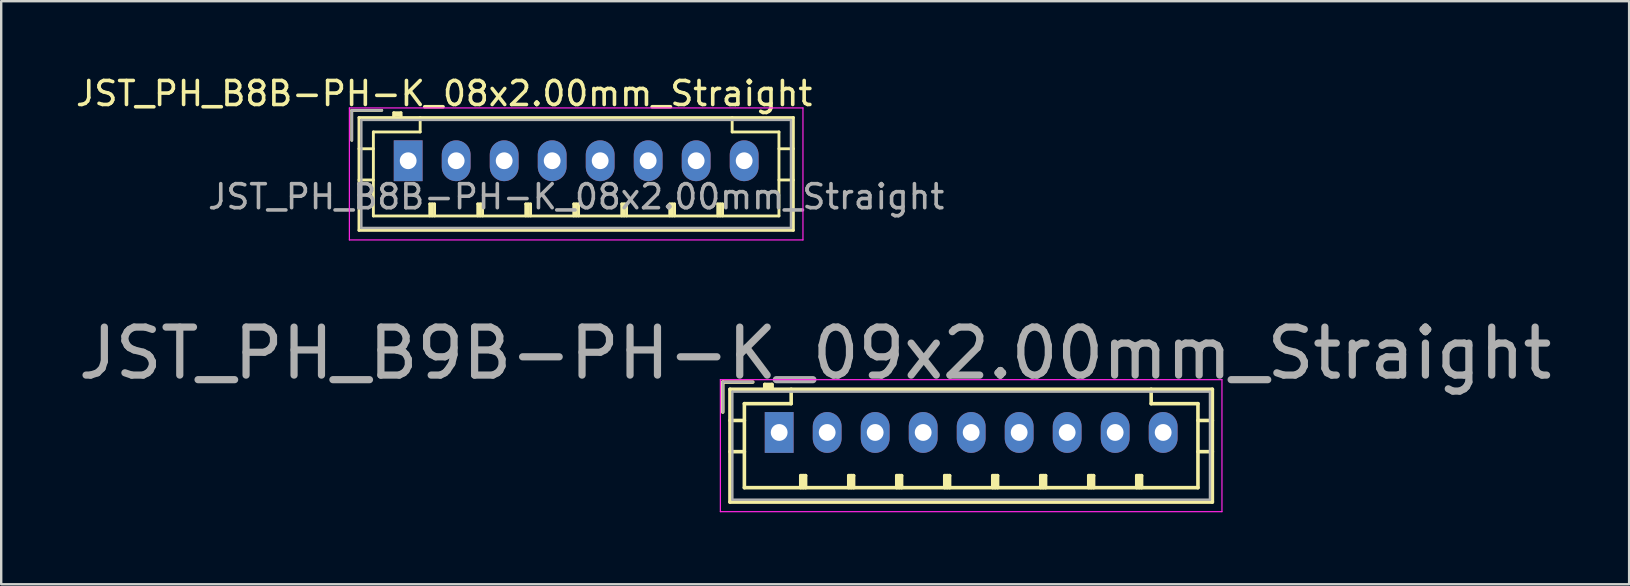
<source format=kicad_pcb>
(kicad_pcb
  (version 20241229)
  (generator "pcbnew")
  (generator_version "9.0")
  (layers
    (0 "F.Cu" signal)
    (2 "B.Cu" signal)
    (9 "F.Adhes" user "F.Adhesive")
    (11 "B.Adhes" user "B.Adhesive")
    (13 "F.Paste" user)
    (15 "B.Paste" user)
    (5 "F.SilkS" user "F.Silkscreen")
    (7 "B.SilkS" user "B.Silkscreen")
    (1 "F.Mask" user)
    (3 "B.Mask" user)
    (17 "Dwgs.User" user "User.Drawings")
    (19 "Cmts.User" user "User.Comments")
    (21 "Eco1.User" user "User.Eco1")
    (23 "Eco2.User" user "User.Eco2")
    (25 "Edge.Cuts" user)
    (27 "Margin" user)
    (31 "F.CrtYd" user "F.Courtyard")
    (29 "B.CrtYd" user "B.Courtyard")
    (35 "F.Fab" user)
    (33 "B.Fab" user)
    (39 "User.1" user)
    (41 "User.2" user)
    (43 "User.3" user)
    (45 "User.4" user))
  (footprint "JST_PH_B8B-PH-K_08x2.00mm_Straight"
    (layer "F.Cu")
    (at 13.958 3.648)
    (property "Reference" "JST_PH_B8B-PH-K_08x2.00mm_Straight" (at 1.5 -2.8 0) (layer "F.SilkS") (effects (font (size 1 1) (thickness 0.15))))
    (attr through_hole)
    (fp_line (start -2.35 -2.1) (end -2.35 -0.85) (stroke (width 0.12) (type solid)) (layer "F.SilkS"))
    (fp_line (start -2.05 -1.8) (end -2.05 2.9) (stroke (width 0.12) (type solid)) (layer "F.SilkS"))
    (fp_line (start -2.05 -0.5) (end -1.45 -0.5) (stroke (width 0.12) (type solid)) (layer "F.SilkS"))
    (fp_line (start -2.05 0.8) (end -1.45 0.8) (stroke (width 0.12) (type solid)) (layer "F.SilkS"))
    (fp_line (start -2.05 2.9) (end 16.05 2.9) (stroke (width 0.12) (type solid)) (layer "F.SilkS"))
    (fp_line (start -1.45 -1.2) (end -1.45 2.3) (stroke (width 0.12) (type solid)) (layer "F.SilkS"))
    (fp_line (start -1.45 2.3) (end 15.45 2.3) (stroke (width 0.12) (type solid)) (layer "F.SilkS"))
    (fp_line (start -1.1 -2.1) (end -2.35 -2.1) (stroke (width 0.12) (type solid)) (layer "F.SilkS"))
    (fp_line (start -0.6 -2) (end -0.6 -1.8) (stroke (width 0.12) (type solid)) (layer "F.SilkS"))
    (fp_line (start -0.3 -2) (end -0.6 -2) (stroke (width 0.12) (type solid)) (layer "F.SilkS"))
    (fp_line (start -0.3 -1.9) (end -0.6 -1.9) (stroke (width 0.12) (type solid)) (layer "F.SilkS"))
    (fp_line (start -0.3 -1.8) (end -0.3 -2) (stroke (width 0.12) (type solid)) (layer "F.SilkS"))
    (fp_line (start 0.5 -1.8) (end 0.5 -1.2) (stroke (width 0.12) (type solid)) (layer "F.SilkS"))
    (fp_line (start 0.5 -1.2) (end -1.45 -1.2) (stroke (width 0.12) (type solid)) (layer "F.SilkS"))
    (fp_line (start 0.9 1.8) (end 1.1 1.8) (stroke (width 0.12) (type solid)) (layer "F.SilkS"))
    (fp_line (start 0.9 2.3) (end 0.9 1.8) (stroke (width 0.12) (type solid)) (layer "F.SilkS"))
    (fp_line (start 1 2.3) (end 1 1.8) (stroke (width 0.12) (type solid)) (layer "F.SilkS"))
    (fp_line (start 1.1 1.8) (end 1.1 2.3) (stroke (width 0.12) (type solid)) (layer "F.SilkS"))
    (fp_line (start 2.9 1.8) (end 3.1 1.8) (stroke (width 0.12) (type solid)) (layer "F.SilkS"))
    (fp_line (start 2.9 2.3) (end 2.9 1.8) (stroke (width 0.12) (type solid)) (layer "F.SilkS"))
    (fp_line (start 3 2.3) (end 3 1.8) (stroke (width 0.12) (type solid)) (layer "F.SilkS"))
    (fp_line (start 3.1 1.8) (end 3.1 2.3) (stroke (width 0.12) (type solid)) (layer "F.SilkS"))
    (fp_line (start 4.9 1.8) (end 5.1 1.8) (stroke (width 0.12) (type solid)) (layer "F.SilkS"))
    (fp_line (start 4.9 2.3) (end 4.9 1.8) (stroke (width 0.12) (type solid)) (layer "F.SilkS"))
    (fp_line (start 5 2.3) (end 5 1.8) (stroke (width 0.12) (type solid)) (layer "F.SilkS"))
    (fp_line (start 5.1 1.8) (end 5.1 2.3) (stroke (width 0.12) (type solid)) (layer "F.SilkS"))
    (fp_line (start 6.9 1.8) (end 7.1 1.8) (stroke (width 0.12) (type solid)) (layer "F.SilkS"))
    (fp_line (start 6.9 2.3) (end 6.9 1.8) (stroke (width 0.12) (type solid)) (layer "F.SilkS"))
    (fp_line (start 7 2.3) (end 7 1.8) (stroke (width 0.12) (type solid)) (layer "F.SilkS"))
    (fp_line (start 7.1 1.8) (end 7.1 2.3) (stroke (width 0.12) (type solid)) (layer "F.SilkS"))
    (fp_line (start 8.9 1.8) (end 9.1 1.8) (stroke (width 0.12) (type solid)) (layer "F.SilkS"))
    (fp_line (start 8.9 2.3) (end 8.9 1.8) (stroke (width 0.12) (type solid)) (layer "F.SilkS"))
    (fp_line (start 9 2.3) (end 9 1.8) (stroke (width 0.12) (type solid)) (layer "F.SilkS"))
    (fp_line (start 9.1 1.8) (end 9.1 2.3) (stroke (width 0.12) (type solid)) (layer "F.SilkS"))
    (fp_line (start 10.9 1.8) (end 11.1 1.8) (stroke (width 0.12) (type solid)) (layer "F.SilkS"))
    (fp_line (start 10.9 2.3) (end 10.9 1.8) (stroke (width 0.12) (type solid)) (layer "F.SilkS"))
    (fp_line (start 11 2.3) (end 11 1.8) (stroke (width 0.12) (type solid)) (layer "F.SilkS"))
    (fp_line (start 11.1 1.8) (end 11.1 2.3) (stroke (width 0.12) (type solid)) (layer "F.SilkS"))
    (fp_line (start 12.9 1.8) (end 13.1 1.8) (stroke (width 0.12) (type solid)) (layer "F.SilkS"))
    (fp_line (start 12.9 2.3) (end 12.9 1.8) (stroke (width 0.12) (type solid)) (layer "F.SilkS"))
    (fp_line (start 13 2.3) (end 13 1.8) (stroke (width 0.12) (type solid)) (layer "F.SilkS"))
    (fp_line (start 13.1 1.8) (end 13.1 2.3) (stroke (width 0.12) (type solid)) (layer "F.SilkS"))
    (fp_line (start 13.5 -1.2) (end 13.5 -1.8) (stroke (width 0.12) (type solid)) (layer "F.SilkS"))
    (fp_line (start 15.45 -1.2) (end 13.5 -1.2) (stroke (width 0.12) (type solid)) (layer "F.SilkS"))
    (fp_line (start 15.45 2.3) (end 15.45 -1.2) (stroke (width 0.12) (type solid)) (layer "F.SilkS"))
    (fp_line (start 16.05 -1.8) (end -2.05 -1.8) (stroke (width 0.12) (type solid)) (layer "F.SilkS"))
    (fp_line (start 16.05 -0.5) (end 15.45 -0.5) (stroke (width 0.12) (type solid)) (layer "F.SilkS"))
    (fp_line (start 16.05 0.8) (end 15.45 0.8) (stroke (width 0.12) (type solid)) (layer "F.SilkS"))
    (fp_line (start 16.05 2.9) (end 16.05 -1.8) (stroke (width 0.12) (type solid)) (layer "F.SilkS"))
    (fp_line (start -2.45 -2.2) (end -2.45 3.3) (stroke (width 0.05) (type solid)) (layer "F.CrtYd"))
    (fp_line (start -2.45 3.3) (end 16.45 3.3) (stroke (width 0.05) (type solid)) (layer "F.CrtYd"))
    (fp_line (start 16.45 -2.2) (end -2.45 -2.2) (stroke (width 0.05) (type solid)) (layer "F.CrtYd"))
    (fp_line (start 16.45 3.3) (end 16.45 -2.2) (stroke (width 0.05) (type solid)) (layer "F.CrtYd"))
    (fp_line (start -2.35 -2.1) (end -2.35 -0.85) (stroke (width 0.1) (type solid)) (layer "F.Fab"))
    (fp_line (start -1.95 -1.7) (end -1.95 2.8) (stroke (width 0.1) (type solid)) (layer "F.Fab"))
    (fp_line (start -1.95 2.8) (end 15.95 2.8) (stroke (width 0.1) (type solid)) (layer "F.Fab"))
    (fp_line (start -1.1 -2.1) (end -2.35 -2.1) (stroke (width 0.1) (type solid)) (layer "F.Fab"))
    (fp_line (start 15.95 -1.7) (end -1.95 -1.7) (stroke (width 0.1) (type solid)) (layer "F.Fab"))
    (fp_line (start 15.95 2.8) (end 15.95 -1.7) (stroke (width 0.1) (type solid)) (layer "F.Fab"))
    (fp_text user "${REFERENCE}" (at 7 1.5 0) (layer "F.Fab") (effects (font (size 1 1) (thickness 0.15))))
    (pad "1" thru_hole rect (at 0 0) (size 1.2 1.7) (drill 0.7) (layers "*.Cu" "*.Mask"))
    (pad "2" thru_hole oval (at 2 0) (size 1.2 1.7) (drill 0.7) (layers "*.Cu" "*.Mask"))
    (pad "3" thru_hole oval (at 4 0) (size 1.2 1.7) (drill 0.7) (layers "*.Cu" "*.Mask"))
    (pad "4" thru_hole oval (at 6 0) (size 1.2 1.7) (drill 0.7) (layers "*.Cu" "*.Mask"))
    (pad "5" thru_hole oval (at 8 0) (size 1.2 1.7) (drill 0.7) (layers "*.Cu" "*.Mask"))
    (pad "6" thru_hole oval (at 10 0) (size 1.2 1.7) (drill 0.7) (layers "*.Cu" "*.Mask"))
    (pad "7" thru_hole oval (at 12 0) (size 1.2 1.7) (drill 0.7) (layers "*.Cu" "*.Mask"))
    (pad "8" thru_hole oval (at 14 0) (size 1.2 1.7) (drill 0.7) (layers "*.Cu" "*.Mask")))
  (footprint "JST_PH_B9B-PH-K_09x2.00mm_Straight"
    (layer "F.Cu")
    (at 29.417 14.97)
    (property "Reference" "JST_PH_B9B-PH-K_09x2.00mm_Straight" (at 1.5 -3.3 0) (layer "F.Fab") (effects (font (size 2 2) (thickness 0.3))))
    (attr through_hole)
    (fp_line (start -2.35 -2.1) (end -2.35 -0.85) (stroke (width 0.15) (type solid)) (layer "F.SilkS"))
    (fp_line (start -2.05 -1.8) (end -2.05 2.9) (stroke (width 0.15) (type solid)) (layer "F.SilkS"))
    (fp_line (start -2.05 -0.5) (end -1.45 -0.5) (stroke (width 0.15) (type solid)) (layer "F.SilkS"))
    (fp_line (start -2.05 0.8) (end -1.45 0.8) (stroke (width 0.15) (type solid)) (layer "F.SilkS"))
    (fp_line (start -2.05 2.9) (end 18.05 2.9) (stroke (width 0.15) (type solid)) (layer "F.SilkS"))
    (fp_line (start -1.45 -1.2) (end -1.45 2.3) (stroke (width 0.15) (type solid)) (layer "F.SilkS"))
    (fp_line (start -1.45 2.3) (end 17.45 2.3) (stroke (width 0.15) (type solid)) (layer "F.SilkS"))
    (fp_line (start -1.1 -2.1) (end -2.35 -2.1) (stroke (width 0.15) (type solid)) (layer "F.SilkS"))
    (fp_line (start -0.6 -2) (end -0.6 -1.8) (stroke (width 0.15) (type solid)) (layer "F.SilkS"))
    (fp_line (start -0.3 -2) (end -0.6 -2) (stroke (width 0.15) (type solid)) (layer "F.SilkS"))
    (fp_line (start -0.3 -1.9) (end -0.6 -1.9) (stroke (width 0.15) (type solid)) (layer "F.SilkS"))
    (fp_line (start -0.3 -1.8) (end -0.3 -2) (stroke (width 0.15) (type solid)) (layer "F.SilkS"))
    (fp_line (start 0.5 -1.8) (end 0.5 -1.2) (stroke (width 0.15) (type solid)) (layer "F.SilkS"))
    (fp_line (start 0.5 -1.2) (end -1.45 -1.2) (stroke (width 0.15) (type solid)) (layer "F.SilkS"))
    (fp_line (start 0.9 1.8) (end 1.1 1.8) (stroke (width 0.15) (type solid)) (layer "F.SilkS"))
    (fp_line (start 0.9 2.3) (end 0.9 1.8) (stroke (width 0.15) (type solid)) (layer "F.SilkS"))
    (fp_line (start 1 2.3) (end 1 1.8) (stroke (width 0.15) (type solid)) (layer "F.SilkS"))
    (fp_line (start 1.1 1.8) (end 1.1 2.3) (stroke (width 0.15) (type solid)) (layer "F.SilkS"))
    (fp_line (start 2.9 1.8) (end 3.1 1.8) (stroke (width 0.15) (type solid)) (layer "F.SilkS"))
    (fp_line (start 2.9 2.3) (end 2.9 1.8) (stroke (width 0.15) (type solid)) (layer "F.SilkS"))
    (fp_line (start 3 2.3) (end 3 1.8) (stroke (width 0.15) (type solid)) (layer "F.SilkS"))
    (fp_line (start 3.1 1.8) (end 3.1 2.3) (stroke (width 0.15) (type solid)) (layer "F.SilkS"))
    (fp_line (start 4.9 1.8) (end 5.1 1.8) (stroke (width 0.15) (type solid)) (layer "F.SilkS"))
    (fp_line (start 4.9 2.3) (end 4.9 1.8) (stroke (width 0.15) (type solid)) (layer "F.SilkS"))
    (fp_line (start 5 2.3) (end 5 1.8) (stroke (width 0.15) (type solid)) (layer "F.SilkS"))
    (fp_line (start 5.1 1.8) (end 5.1 2.3) (stroke (width 0.15) (type solid)) (layer "F.SilkS"))
    (fp_line (start 6.9 1.8) (end 7.1 1.8) (stroke (width 0.15) (type solid)) (layer "F.SilkS"))
    (fp_line (start 6.9 2.3) (end 6.9 1.8) (stroke (width 0.15) (type solid)) (layer "F.SilkS"))
    (fp_line (start 7 2.3) (end 7 1.8) (stroke (width 0.15) (type solid)) (layer "F.SilkS"))
    (fp_line (start 7.1 1.8) (end 7.1 2.3) (stroke (width 0.15) (type solid)) (layer "F.SilkS"))
    (fp_line (start 8.9 1.8) (end 9.1 1.8) (stroke (width 0.15) (type solid)) (layer "F.SilkS"))
    (fp_line (start 8.9 2.3) (end 8.9 1.8) (stroke (width 0.15) (type solid)) (layer "F.SilkS"))
    (fp_line (start 9 2.3) (end 9 1.8) (stroke (width 0.15) (type solid)) (layer "F.SilkS"))
    (fp_line (start 9.1 1.8) (end 9.1 2.3) (stroke (width 0.15) (type solid)) (layer "F.SilkS"))
    (fp_line (start 10.9 1.8) (end 11.1 1.8) (stroke (width 0.15) (type solid)) (layer "F.SilkS"))
    (fp_line (start 10.9 2.3) (end 10.9 1.8) (stroke (width 0.15) (type solid)) (layer "F.SilkS"))
    (fp_line (start 11 2.3) (end 11 1.8) (stroke (width 0.15) (type solid)) (layer "F.SilkS"))
    (fp_line (start 11.1 1.8) (end 11.1 2.3) (stroke (width 0.15) (type solid)) (layer "F.SilkS"))
    (fp_line (start 12.9 1.8) (end 13.1 1.8) (stroke (width 0.15) (type solid)) (layer "F.SilkS"))
    (fp_line (start 12.9 2.3) (end 12.9 1.8) (stroke (width 0.15) (type solid)) (layer "F.SilkS"))
    (fp_line (start 13 2.3) (end 13 1.8) (stroke (width 0.15) (type solid)) (layer "F.SilkS"))
    (fp_line (start 13.1 1.8) (end 13.1 2.3) (stroke (width 0.15) (type solid)) (layer "F.SilkS"))
    (fp_line (start 14.9 1.8) (end 15.1 1.8) (stroke (width 0.15) (type solid)) (layer "F.SilkS"))
    (fp_line (start 14.9 2.3) (end 14.9 1.8) (stroke (width 0.15) (type solid)) (layer "F.SilkS"))
    (fp_line (start 15 2.3) (end 15 1.8) (stroke (width 0.15) (type solid)) (layer "F.SilkS"))
    (fp_line (start 15.1 1.8) (end 15.1 2.3) (stroke (width 0.15) (type solid)) (layer "F.SilkS"))
    (fp_line (start 15.5 -1.2) (end 15.5 -1.8) (stroke (width 0.15) (type solid)) (layer "F.SilkS"))
    (fp_line (start 17.45 -1.2) (end 15.5 -1.2) (stroke (width 0.15) (type solid)) (layer "F.SilkS"))
    (fp_line (start 17.45 2.3) (end 17.45 -1.2) (stroke (width 0.15) (type solid)) (layer "F.SilkS"))
    (fp_line (start 18.05 -1.8) (end -2.05 -1.8) (stroke (width 0.15) (type solid)) (layer "F.SilkS"))
    (fp_line (start 18.05 -0.5) (end 17.45 -0.5) (stroke (width 0.15) (type solid)) (layer "F.SilkS"))
    (fp_line (start 18.05 0.8) (end 17.45 0.8) (stroke (width 0.15) (type solid)) (layer "F.SilkS"))
    (fp_line (start 18.05 2.9) (end 18.05 -1.8) (stroke (width 0.15) (type solid)) (layer "F.SilkS"))
    (fp_line (start -2.45 -2.2) (end -2.45 3.3) (stroke (width 0.05) (type solid)) (layer "F.CrtYd"))
    (fp_line (start -2.45 3.3) (end 18.45 3.3) (stroke (width 0.05) (type solid)) (layer "F.CrtYd"))
    (fp_line (start 18.45 -2.2) (end -2.45 -2.2) (stroke (width 0.05) (type solid)) (layer "F.CrtYd"))
    (fp_line (start 18.45 3.3) (end 18.45 -2.2) (stroke (width 0.05) (type solid)) (layer "F.CrtYd"))
    (fp_line (start -2.35 -2.1) (end -2.35 -0.85) (stroke (width 0.1) (type solid)) (layer "F.Fab"))
    (fp_line (start -1.95 -1.7) (end -1.95 2.8) (stroke (width 0.1) (type solid)) (layer "F.Fab"))
    (fp_line (start -1.95 2.8) (end 17.95 2.8) (stroke (width 0.1) (type solid)) (layer "F.Fab"))
    (fp_line (start -1.1 -2.1) (end -2.35 -2.1) (stroke (width 0.1) (type solid)) (layer "F.Fab"))
    (fp_line (start 17.95 -1.7) (end -1.95 -1.7) (stroke (width 0.1) (type solid)) (layer "F.Fab"))
    (fp_line (start 17.95 2.8) (end 17.95 -1.7) (stroke (width 0.1) (type solid)) (layer "F.Fab"))
    (pad "1" thru_hole rect (at 0 0) (size 1.2 1.7) (drill 0.7) (layers "*.Cu" "*.Mask"))
    (pad "2" thru_hole oval (at 2 0) (size 1.2 1.7) (drill 0.7) (layers "*.Cu" "*.Mask"))
    (pad "3" thru_hole oval (at 4 0) (size 1.2 1.7) (drill 0.7) (layers "*.Cu" "*.Mask"))
    (pad "4" thru_hole oval (at 6 0) (size 1.2 1.7) (drill 0.7) (layers "*.Cu" "*.Mask"))
    (pad "5" thru_hole oval (at 8 0) (size 1.2 1.7) (drill 0.7) (layers "*.Cu" "*.Mask"))
    (pad "6" thru_hole oval (at 10 0) (size 1.2 1.7) (drill 0.7) (layers "*.Cu" "*.Mask"))
    (pad "7" thru_hole oval (at 12 0) (size 1.2 1.7) (drill 0.7) (layers "*.Cu" "*.Mask"))
    (pad "8" thru_hole oval (at 14 0) (size 1.2 1.7) (drill 0.7) (layers "*.Cu" "*.Mask"))
    (pad "9" thru_hole oval (at 16 0) (size 1.2 1.7) (drill 0.7) (layers "*.Cu" "*.Mask")))
  (gr_rect
    (start -3 -3)
    (end 64.833 21.295)
    (stroke (width 0.1) (type default))
    (fill no)
    (layer "Edge.Cuts")))
</source>
